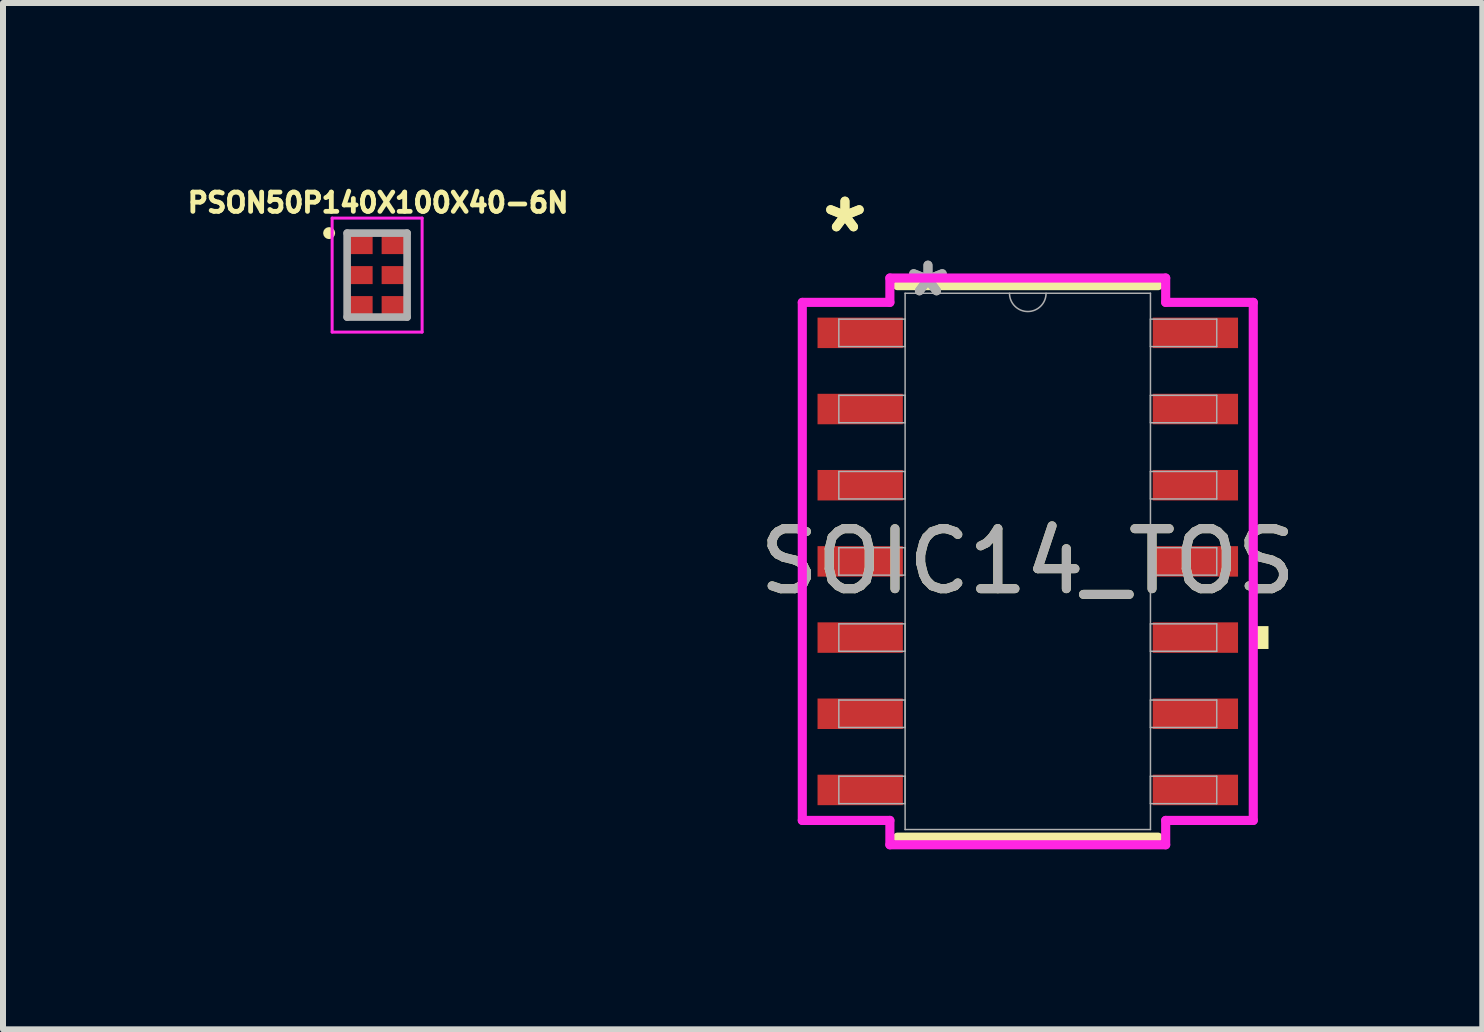
<source format=kicad_pcb>
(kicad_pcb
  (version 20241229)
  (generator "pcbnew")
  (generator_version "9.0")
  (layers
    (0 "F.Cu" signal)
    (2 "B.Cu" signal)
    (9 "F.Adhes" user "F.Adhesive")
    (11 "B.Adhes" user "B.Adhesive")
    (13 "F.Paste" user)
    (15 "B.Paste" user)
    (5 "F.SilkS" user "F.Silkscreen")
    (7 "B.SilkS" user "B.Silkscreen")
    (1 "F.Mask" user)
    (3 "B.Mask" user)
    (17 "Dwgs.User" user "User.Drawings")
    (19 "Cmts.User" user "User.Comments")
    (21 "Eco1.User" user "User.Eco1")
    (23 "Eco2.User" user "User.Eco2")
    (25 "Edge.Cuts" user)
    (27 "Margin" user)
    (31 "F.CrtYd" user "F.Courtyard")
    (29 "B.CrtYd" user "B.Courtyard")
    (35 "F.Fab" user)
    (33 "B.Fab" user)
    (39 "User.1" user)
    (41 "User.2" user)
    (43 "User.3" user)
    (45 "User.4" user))
  (footprint "PSON50P140X100X40-6N"
    (layer "F.Cu")
    (at 3.237 1.536)
    (property "Reference" "PSON50P140X100X40-6N" (at 0.016 -1.207 0) (layer "F.SilkS") (effects (font (size 0.321 0.321) (thickness 0.15))))
    (attr smd)
    (fp_circle (center -0.8 -0.7) (end -0.75 -0.7) (stroke (width 0.1) (type solid)) (fill no) (layer "F.SilkS"))
    (fp_line (start -0.75 -0.95) (end -0.75 0.95) (stroke (width 0.05) (type solid)) (layer "F.CrtYd"))
    (fp_line (start -0.75 0.95) (end 0.75 0.95) (stroke (width 0.05) (type solid)) (layer "F.CrtYd"))
    (fp_line (start 0.75 -0.95) (end -0.75 -0.95) (stroke (width 0.05) (type solid)) (layer "F.CrtYd"))
    (fp_line (start 0.75 0.95) (end 0.75 -0.95) (stroke (width 0.05) (type solid)) (layer "F.CrtYd"))
    (fp_line (start -0.5 -0.7) (end -0.5 0.7) (stroke (width 0.127) (type solid)) (layer "F.Fab"))
    (fp_line (start -0.5 0.7) (end 0.5 0.7) (stroke (width 0.127) (type solid)) (layer "F.Fab"))
    (fp_line (start 0.5 -0.7) (end -0.5 -0.7) (stroke (width 0.127) (type solid)) (layer "F.Fab"))
    (fp_line (start 0.5 0.7) (end 0.5 -0.7) (stroke (width 0.127) (type solid)) (layer "F.Fab"))
    (pad "1" smd rect (at -0.275 -0.5) (size 0.4 0.3) (layers "F.Cu" "F.Mask" "F.Paste"))
    (pad "2" smd rect (at -0.275 0) (size 0.4 0.3) (layers "F.Cu" "F.Mask" "F.Paste"))
    (pad "3" smd rect (at -0.275 0.5) (size 0.4 0.3) (layers "F.Cu" "F.Mask" "F.Paste"))
    (pad "4" smd rect (at 0.275 0.5) (size 0.4 0.3) (layers "F.Cu" "F.Mask" "F.Paste"))
    (pad "5" smd rect (at 0.275 0) (size 0.4 0.3) (layers "F.Cu" "F.Mask" "F.Paste"))
    (pad "6" smd rect (at 0.275 -0.5) (size 0.4 0.3) (layers "F.Cu" "F.Mask" "F.Paste")))
  (footprint "SOIC14_TOS"
    (layer "F.Cu")
    (at 14.084 6.309)
    (property "Reference" "SOIC14_TOS" (at 0 0 0) (unlocked yes) (layer "F.SilkS") (effects (font (size 1 1) (thickness 0.15))))
    (attr smd)
    (fp_line (start -2.172 4.597) (end 2.172 4.597) (stroke (width 0.152) (type solid)) (layer "F.SilkS"))
    (fp_line (start 2.172 -4.597) (end -2.172 -4.597) (stroke (width 0.152) (type solid)) (layer "F.SilkS"))
    (fp_poly (pts (xy 4.013 1.079) (xy 4.013 1.46) (xy 3.759 1.46) (xy 3.759 1.079)) (stroke (width 0) (type solid)) (fill yes) (layer "F.SilkS"))
    (fp_line (start -3.759 -4.318) (end -2.299 -4.318) (stroke (width 0.152) (type solid)) (layer "F.CrtYd"))
    (fp_line (start -3.759 4.318) (end -3.759 -4.318) (stroke (width 0.152) (type solid)) (layer "F.CrtYd"))
    (fp_line (start -3.759 4.318) (end -2.299 4.318) (stroke (width 0.152) (type solid)) (layer "F.CrtYd"))
    (fp_line (start -2.299 -4.724) (end 2.299 -4.724) (stroke (width 0.152) (type solid)) (layer "F.CrtYd"))
    (fp_line (start -2.299 -4.318) (end -2.299 -4.724) (stroke (width 0.152) (type solid)) (layer "F.CrtYd"))
    (fp_line (start -2.299 4.724) (end -2.299 4.318) (stroke (width 0.152) (type solid)) (layer "F.CrtYd"))
    (fp_line (start 2.299 -4.724) (end 2.299 -4.318) (stroke (width 0.152) (type solid)) (layer "F.CrtYd"))
    (fp_line (start 2.299 4.318) (end 2.299 4.724) (stroke (width 0.152) (type solid)) (layer "F.CrtYd"))
    (fp_line (start 2.299 4.724) (end -2.299 4.724) (stroke (width 0.152) (type solid)) (layer "F.CrtYd"))
    (fp_line (start 3.759 -4.318) (end 2.299 -4.318) (stroke (width 0.152) (type solid)) (layer "F.CrtYd"))
    (fp_line (start 3.759 -4.318) (end 3.759 4.318) (stroke (width 0.152) (type solid)) (layer "F.CrtYd"))
    (fp_line (start 3.759 4.318) (end 2.299 4.318) (stroke (width 0.152) (type solid)) (layer "F.CrtYd"))
    (fp_line (start -3.15 -4.039) (end -3.15 -3.581) (stroke (width 0.025) (type solid)) (layer "F.Fab"))
    (fp_line (start -3.15 -3.581) (end -2.045 -3.581) (stroke (width 0.025) (type solid)) (layer "F.Fab"))
    (fp_line (start -3.15 -2.769) (end -3.15 -2.311) (stroke (width 0.025) (type solid)) (layer "F.Fab"))
    (fp_line (start -3.15 -2.311) (end -2.045 -2.311) (stroke (width 0.025) (type solid)) (layer "F.Fab"))
    (fp_line (start -3.15 -1.499) (end -3.15 -1.041) (stroke (width 0.025) (type solid)) (layer "F.Fab"))
    (fp_line (start -3.15 -1.041) (end -2.045 -1.041) (stroke (width 0.025) (type solid)) (layer "F.Fab"))
    (fp_line (start -3.15 -0.229) (end -3.15 0.229) (stroke (width 0.025) (type solid)) (layer "F.Fab"))
    (fp_line (start -3.15 0.229) (end -2.045 0.229) (stroke (width 0.025) (type solid)) (layer "F.Fab"))
    (fp_line (start -3.15 1.041) (end -3.15 1.499) (stroke (width 0.025) (type solid)) (layer "F.Fab"))
    (fp_line (start -3.15 1.499) (end -2.045 1.499) (stroke (width 0.025) (type solid)) (layer "F.Fab"))
    (fp_line (start -3.15 2.311) (end -3.15 2.769) (stroke (width 0.025) (type solid)) (layer "F.Fab"))
    (fp_line (start -3.15 2.769) (end -2.045 2.769) (stroke (width 0.025) (type solid)) (layer "F.Fab"))
    (fp_line (start -3.15 3.581) (end -3.15 4.039) (stroke (width 0.025) (type solid)) (layer "F.Fab"))
    (fp_line (start -3.15 4.039) (end -2.045 4.039) (stroke (width 0.025) (type solid)) (layer "F.Fab"))
    (fp_line (start -2.045 -4.47) (end -2.045 4.47) (stroke (width 0.025) (type solid)) (layer "F.Fab"))
    (fp_line (start -2.045 -4.039) (end -3.15 -4.039) (stroke (width 0.025) (type solid)) (layer "F.Fab"))
    (fp_line (start -2.045 -3.581) (end -2.045 -4.039) (stroke (width 0.025) (type solid)) (layer "F.Fab"))
    (fp_line (start -2.045 -2.769) (end -3.15 -2.769) (stroke (width 0.025) (type solid)) (layer "F.Fab"))
    (fp_line (start -2.045 -2.311) (end -2.045 -2.769) (stroke (width 0.025) (type solid)) (layer "F.Fab"))
    (fp_line (start -2.045 -1.499) (end -3.15 -1.499) (stroke (width 0.025) (type solid)) (layer "F.Fab"))
    (fp_line (start -2.045 -1.041) (end -2.045 -1.499) (stroke (width 0.025) (type solid)) (layer "F.Fab"))
    (fp_line (start -2.045 -0.229) (end -3.15 -0.229) (stroke (width 0.025) (type solid)) (layer "F.Fab"))
    (fp_line (start -2.045 0.229) (end -2.045 -0.229) (stroke (width 0.025) (type solid)) (layer "F.Fab"))
    (fp_line (start -2.045 1.041) (end -3.15 1.041) (stroke (width 0.025) (type solid)) (layer "F.Fab"))
    (fp_line (start -2.045 1.499) (end -2.045 1.041) (stroke (width 0.025) (type solid)) (layer "F.Fab"))
    (fp_line (start -2.045 2.311) (end -3.15 2.311) (stroke (width 0.025) (type solid)) (layer "F.Fab"))
    (fp_line (start -2.045 2.769) (end -2.045 2.311) (stroke (width 0.025) (type solid)) (layer "F.Fab"))
    (fp_line (start -2.045 3.581) (end -3.15 3.581) (stroke (width 0.025) (type solid)) (layer "F.Fab"))
    (fp_line (start -2.045 4.039) (end -2.045 3.581) (stroke (width 0.025) (type solid)) (layer "F.Fab"))
    (fp_line (start -2.045 4.47) (end 2.045 4.47) (stroke (width 0.025) (type solid)) (layer "F.Fab"))
    (fp_line (start 2.045 -4.47) (end -2.045 -4.47) (stroke (width 0.025) (type solid)) (layer "F.Fab"))
    (fp_line (start 2.045 -4.039) (end 2.045 -3.581) (stroke (width 0.025) (type solid)) (layer "F.Fab"))
    (fp_line (start 2.045 -3.581) (end 3.15 -3.581) (stroke (width 0.025) (type solid)) (layer "F.Fab"))
    (fp_line (start 2.045 -2.769) (end 2.045 -2.311) (stroke (width 0.025) (type solid)) (layer "F.Fab"))
    (fp_line (start 2.045 -2.311) (end 3.15 -2.311) (stroke (width 0.025) (type solid)) (layer "F.Fab"))
    (fp_line (start 2.045 -1.499) (end 2.045 -1.041) (stroke (width 0.025) (type solid)) (layer "F.Fab"))
    (fp_line (start 2.045 -1.041) (end 3.15 -1.041) (stroke (width 0.025) (type solid)) (layer "F.Fab"))
    (fp_line (start 2.045 -0.229) (end 2.045 0.229) (stroke (width 0.025) (type solid)) (layer "F.Fab"))
    (fp_line (start 2.045 0.229) (end 3.15 0.229) (stroke (width 0.025) (type solid)) (layer "F.Fab"))
    (fp_line (start 2.045 1.041) (end 2.045 1.499) (stroke (width 0.025) (type solid)) (layer "F.Fab"))
    (fp_line (start 2.045 1.499) (end 3.15 1.499) (stroke (width 0.025) (type solid)) (layer "F.Fab"))
    (fp_line (start 2.045 2.311) (end 2.045 2.769) (stroke (width 0.025) (type solid)) (layer "F.Fab"))
    (fp_line (start 2.045 2.769) (end 3.15 2.769) (stroke (width 0.025) (type solid)) (layer "F.Fab"))
    (fp_line (start 2.045 3.581) (end 2.045 4.039) (stroke (width 0.025) (type solid)) (layer "F.Fab"))
    (fp_line (start 2.045 4.039) (end 3.15 4.039) (stroke (width 0.025) (type solid)) (layer "F.Fab"))
    (fp_line (start 2.045 4.47) (end 2.045 -4.47) (stroke (width 0.025) (type solid)) (layer "F.Fab"))
    (fp_line (start 3.15 -4.039) (end 2.045 -4.039) (stroke (width 0.025) (type solid)) (layer "F.Fab"))
    (fp_line (start 3.15 -3.581) (end 3.15 -4.039) (stroke (width 0.025) (type solid)) (layer "F.Fab"))
    (fp_line (start 3.15 -2.769) (end 2.045 -2.769) (stroke (width 0.025) (type solid)) (layer "F.Fab"))
    (fp_line (start 3.15 -2.311) (end 3.15 -2.769) (stroke (width 0.025) (type solid)) (layer "F.Fab"))
    (fp_line (start 3.15 -1.499) (end 2.045 -1.499) (stroke (width 0.025) (type solid)) (layer "F.Fab"))
    (fp_line (start 3.15 -1.041) (end 3.15 -1.499) (stroke (width 0.025) (type solid)) (layer "F.Fab"))
    (fp_line (start 3.15 -0.229) (end 2.045 -0.229) (stroke (width 0.025) (type solid)) (layer "F.Fab"))
    (fp_line (start 3.15 0.229) (end 3.15 -0.229) (stroke (width 0.025) (type solid)) (layer "F.Fab"))
    (fp_line (start 3.15 1.041) (end 2.045 1.041) (stroke (width 0.025) (type solid)) (layer "F.Fab"))
    (fp_line (start 3.15 1.499) (end 3.15 1.041) (stroke (width 0.025) (type solid)) (layer "F.Fab"))
    (fp_line (start 3.15 2.311) (end 2.045 2.311) (stroke (width 0.025) (type solid)) (layer "F.Fab"))
    (fp_line (start 3.15 2.769) (end 3.15 2.311) (stroke (width 0.025) (type solid)) (layer "F.Fab"))
    (fp_line (start 3.15 3.581) (end 2.045 3.581) (stroke (width 0.025) (type solid)) (layer "F.Fab"))
    (fp_line (start 3.15 4.039) (end 3.15 3.581) (stroke (width 0.025) (type solid)) (layer "F.Fab"))
    (fp_arc (start 0.3048 -4.4704) (mid 0 -4.1656) (end -0.3048 -4.4704) (stroke (width 0.0254) (type solid)) (layer "F.Fab"))
    (fp_text user "*" (at -3.048 -5.461 0) (layer "F.SilkS") (effects (font (size 1 1) (thickness 0.15))))
    (fp_text user "*" (at -3.048 -5.461 0) (unlocked yes) (layer "F.SilkS") (effects (font (size 1 1) (thickness 0.15))))
    (fp_text user "*" (at -1.664 -4.394 0) (unlocked yes) (layer "F.Fab") (effects (font (size 1 1) (thickness 0.15))))
    (fp_text user "*" (at -1.664 -4.394 0) (layer "F.Fab") (effects (font (size 1 1) (thickness 0.15))))
    (fp_text user "${REFERENCE}" (at 0 0 0) (unlocked yes) (layer "F.Fab") (effects (font (size 1 1) (thickness 0.15))))
    (pad "1" smd rect (at -2.794 -3.81) (size 1.422 0.508) (layers "F.Cu" "F.Mask" "F.Paste"))
    (pad "2" smd rect (at -2.794 -2.54) (size 1.422 0.508) (layers "F.Cu" "F.Mask" "F.Paste"))
    (pad "3" smd rect (at -2.794 -1.27) (size 1.422 0.508) (layers "F.Cu" "F.Mask" "F.Paste"))
    (pad "4" smd rect (at -2.794 0) (size 1.422 0.508) (layers "F.Cu" "F.Mask" "F.Paste"))
    (pad "5" smd rect (at -2.794 1.27) (size 1.422 0.508) (layers "F.Cu" "F.Mask" "F.Paste"))
    (pad "6" smd rect (at -2.794 2.54) (size 1.422 0.508) (layers "F.Cu" "F.Mask" "F.Paste"))
    (pad "7" smd rect (at -2.794 3.81) (size 1.422 0.508) (layers "F.Cu" "F.Mask" "F.Paste"))
    (pad "8" smd rect (at 2.794 3.81) (size 1.422 0.508) (layers "F.Cu" "F.Mask" "F.Paste"))
    (pad "9" smd rect (at 2.794 2.54) (size 1.422 0.508) (layers "F.Cu" "F.Mask" "F.Paste"))
    (pad "10" smd rect (at 2.794 1.27) (size 1.422 0.508) (layers "F.Cu" "F.Mask" "F.Paste"))
    (pad "11" smd rect (at 2.794 0) (size 1.422 0.508) (layers "F.Cu" "F.Mask" "F.Paste"))
    (pad "12" smd rect (at 2.794 -1.27) (size 1.422 0.508) (layers "F.Cu" "F.Mask" "F.Paste"))
    (pad "13" smd rect (at 2.794 -2.54) (size 1.422 0.508) (layers "F.Cu" "F.Mask" "F.Paste"))
    (pad "14" smd rect (at 2.794 -3.81) (size 1.422 0.508) (layers "F.Cu" "F.Mask" "F.Paste")))
  (gr_rect
    (start -3 -3)
    (end 21.661 14.11)
    (stroke (width 0.1) (type default))
    (fill no)
    (layer "Edge.Cuts")))
</source>
